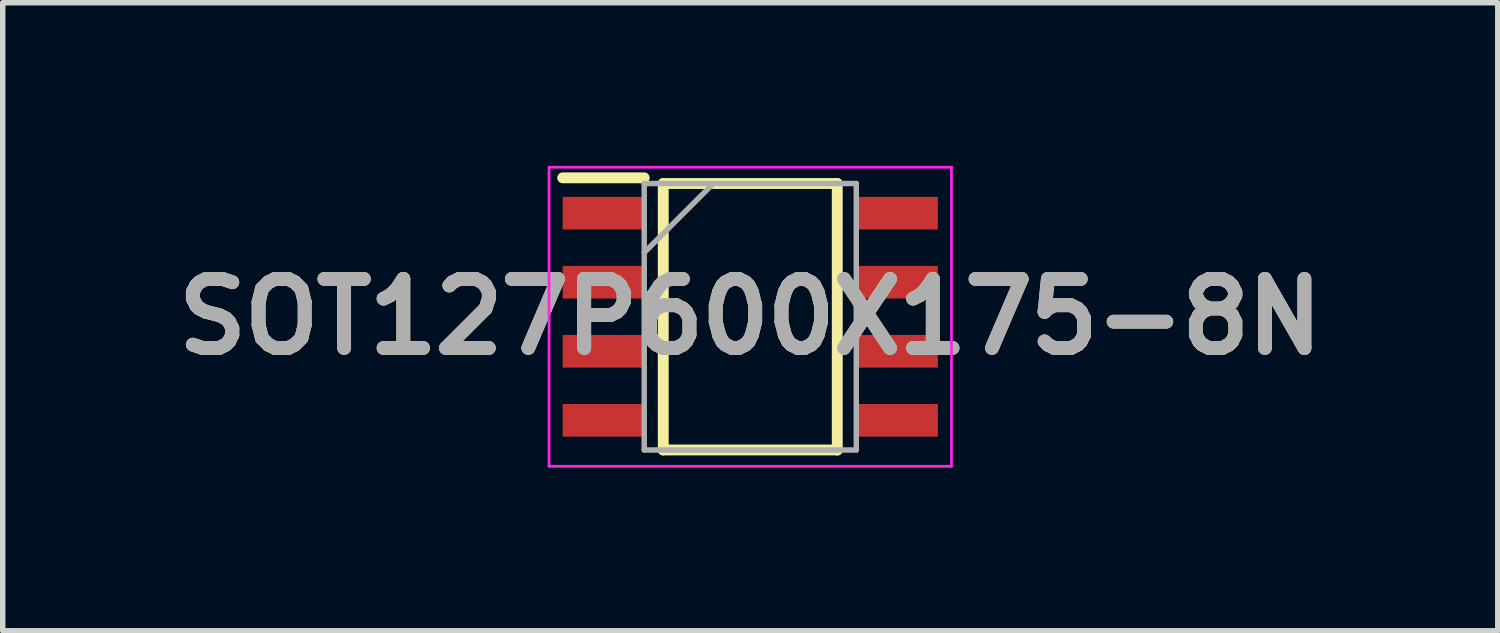
<source format=kicad_pcb>
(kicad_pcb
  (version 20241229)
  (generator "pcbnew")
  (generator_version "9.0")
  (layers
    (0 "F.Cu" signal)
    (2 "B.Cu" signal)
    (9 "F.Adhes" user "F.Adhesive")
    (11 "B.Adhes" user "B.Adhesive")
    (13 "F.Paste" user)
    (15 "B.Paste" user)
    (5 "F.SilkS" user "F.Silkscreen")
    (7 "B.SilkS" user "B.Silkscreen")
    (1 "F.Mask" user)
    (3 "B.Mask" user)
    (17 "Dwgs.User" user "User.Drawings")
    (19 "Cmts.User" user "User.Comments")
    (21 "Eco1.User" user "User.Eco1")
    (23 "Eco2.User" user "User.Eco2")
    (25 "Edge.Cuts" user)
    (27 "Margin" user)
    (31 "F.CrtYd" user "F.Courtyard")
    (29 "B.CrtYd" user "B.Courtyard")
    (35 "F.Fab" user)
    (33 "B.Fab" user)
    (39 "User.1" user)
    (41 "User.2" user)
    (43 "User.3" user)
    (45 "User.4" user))
  (footprint "SOT127P600X175-8N"
    (layer "F.Cu")
    (at 10.747 2.775)
    (property "Reference" "SOT127P600X175-8N" (at 0 0 0) (layer "F.SilkS") (effects (font (size 1.27 1.27) (thickness 0.254))))
    (attr smd)
    (fp_line (start -3.45 -2.555) (end -1.95 -2.555) (stroke (width 0.2) (type solid)) (layer "F.SilkS"))
    (fp_line (start -1.6 -2.45) (end 1.6 -2.45) (stroke (width 0.2) (type solid)) (layer "F.SilkS"))
    (fp_line (start -1.6 2.45) (end -1.6 -2.45) (stroke (width 0.2) (type solid)) (layer "F.SilkS"))
    (fp_line (start 1.6 -2.45) (end 1.6 2.45) (stroke (width 0.2) (type solid)) (layer "F.SilkS"))
    (fp_line (start 1.6 2.45) (end -1.6 2.45) (stroke (width 0.2) (type solid)) (layer "F.SilkS"))
    (fp_line (start -3.7 -2.75) (end 3.7 -2.75) (stroke (width 0.05) (type solid)) (layer "F.CrtYd"))
    (fp_line (start -3.7 2.75) (end -3.7 -2.75) (stroke (width 0.05) (type solid)) (layer "F.CrtYd"))
    (fp_line (start 3.7 -2.75) (end 3.7 2.75) (stroke (width 0.05) (type solid)) (layer "F.CrtYd"))
    (fp_line (start 3.7 2.75) (end -3.7 2.75) (stroke (width 0.05) (type solid)) (layer "F.CrtYd"))
    (fp_line (start -1.95 -2.45) (end 1.95 -2.45) (stroke (width 0.1) (type solid)) (layer "F.Fab"))
    (fp_line (start -1.95 -1.18) (end -0.68 -2.45) (stroke (width 0.1) (type solid)) (layer "F.Fab"))
    (fp_line (start -1.95 2.45) (end -1.95 -2.45) (stroke (width 0.1) (type solid)) (layer "F.Fab"))
    (fp_line (start 1.95 -2.45) (end 1.95 2.45) (stroke (width 0.1) (type solid)) (layer "F.Fab"))
    (fp_line (start 1.95 2.45) (end -1.95 2.45) (stroke (width 0.1) (type solid)) (layer "F.Fab"))
    (fp_text user "${REFERENCE}" (at 0 0 0) (layer "F.Fab") (effects (font (size 1.27 1.27) (thickness 0.254))))
    (pad "1" smd rect (at -2.7 -1.905 90) (size 0.6 1.5) (layers "F.Cu" "F.Mask" "F.Paste"))
    (pad "2" smd rect (at -2.7 -0.635 90) (size 0.6 1.5) (layers "F.Cu" "F.Mask" "F.Paste"))
    (pad "3" smd rect (at -2.7 0.635 90) (size 0.6 1.5) (layers "F.Cu" "F.Mask" "F.Paste"))
    (pad "4" smd rect (at -2.7 1.905 90) (size 0.6 1.5) (layers "F.Cu" "F.Mask" "F.Paste"))
    (pad "5" smd rect (at 2.7 1.905 90) (size 0.6 1.5) (layers "F.Cu" "F.Mask" "F.Paste"))
    (pad "6" smd rect (at 2.7 0.635 90) (size 0.6 1.5) (layers "F.Cu" "F.Mask" "F.Paste"))
    (pad "7" smd rect (at 2.7 -0.635 90) (size 0.6 1.5) (layers "F.Cu" "F.Mask" "F.Paste"))
    (pad "8" smd rect (at 2.7 -1.905 90) (size 0.6 1.5) (layers "F.Cu" "F.Mask" "F.Paste")))
  (gr_rect
    (start -3 -3)
    (end 24.493 8.55)
    (stroke (width 0.1) (type default))
    (fill no)
    (layer "Edge.Cuts")))
</source>
